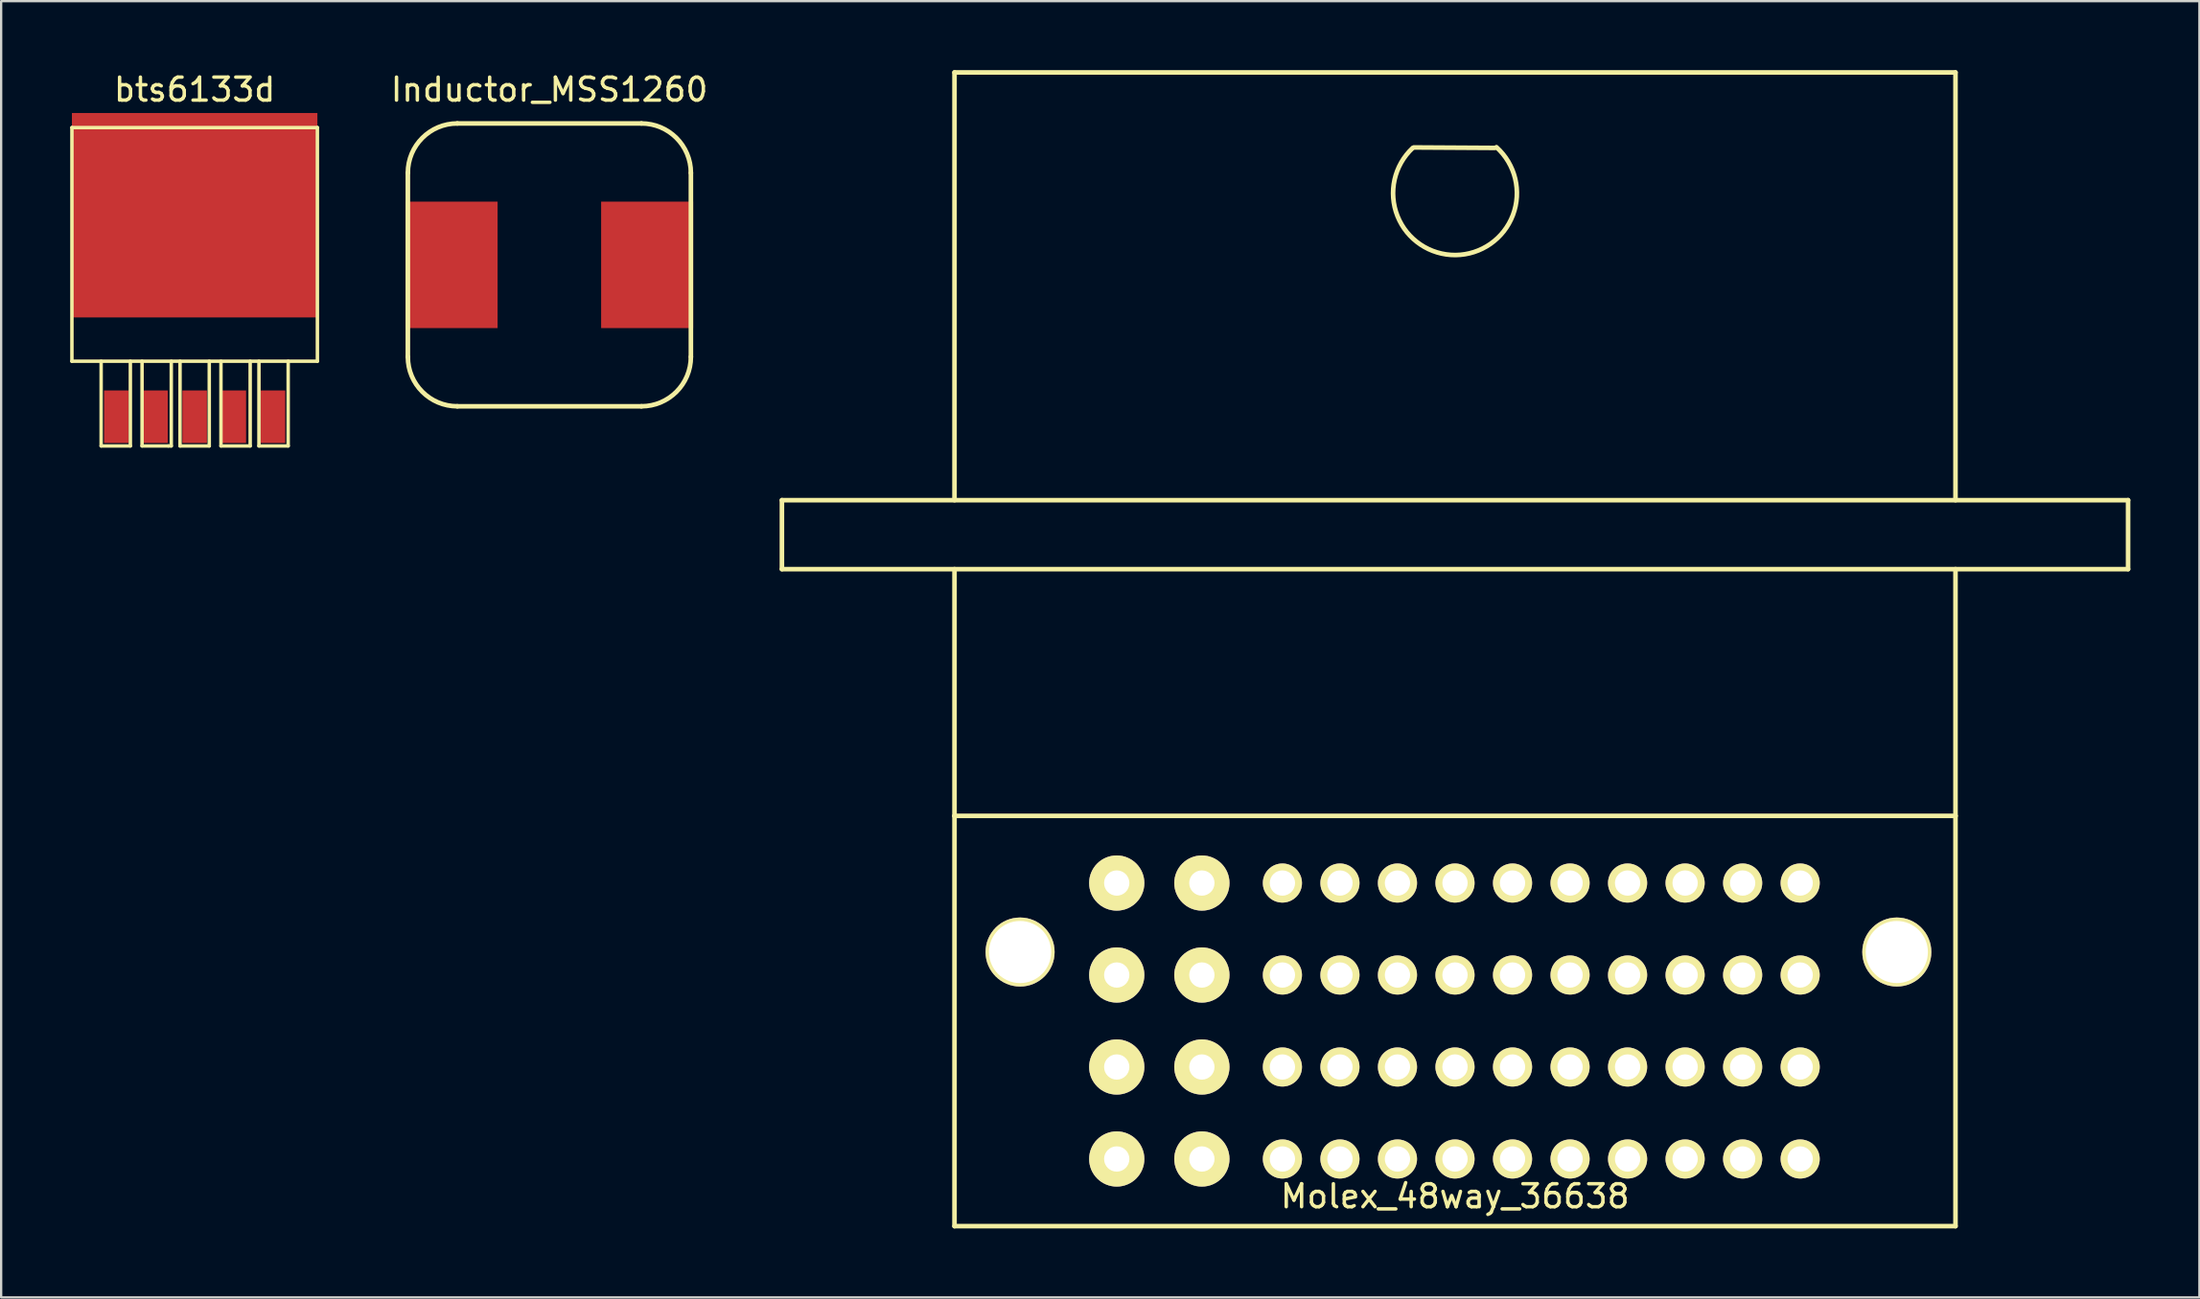
<source format=kicad_pcb>
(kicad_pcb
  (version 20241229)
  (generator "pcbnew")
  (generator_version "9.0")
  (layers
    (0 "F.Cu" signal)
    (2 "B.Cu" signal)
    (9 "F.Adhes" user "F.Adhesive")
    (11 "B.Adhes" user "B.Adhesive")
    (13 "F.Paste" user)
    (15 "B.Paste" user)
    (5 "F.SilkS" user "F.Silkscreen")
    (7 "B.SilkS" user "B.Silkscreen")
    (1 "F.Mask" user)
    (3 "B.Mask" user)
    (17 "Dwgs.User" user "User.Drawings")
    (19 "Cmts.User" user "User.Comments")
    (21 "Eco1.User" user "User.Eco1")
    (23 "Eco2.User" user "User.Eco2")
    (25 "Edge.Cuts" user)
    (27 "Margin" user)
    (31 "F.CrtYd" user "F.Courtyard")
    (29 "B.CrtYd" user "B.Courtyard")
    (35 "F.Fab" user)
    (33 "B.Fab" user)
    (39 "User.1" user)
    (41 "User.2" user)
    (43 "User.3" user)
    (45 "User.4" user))
  (footprint "Molex_48way_36638"
    (layer "F.Cu")
    (at 60.18 41.35)
    (property "Reference" "Molex_48way_36638" (at 0 7.62 0) (layer "F.SilkS") (effects (font (size 1 1) (thickness 0.15))))
    (attr through_hole)
    (fp_line (start -29.25 -22.65) (end -29.25 -19.65) (stroke (width 0.2) (type solid)) (layer "F.SilkS"))
    (fp_line (start -29.25 -22.65) (end 29.25 -22.65) (stroke (width 0.2) (type solid)) (layer "F.SilkS"))
    (fp_line (start -21.75 -41.25) (end 21.75 -41.25) (stroke (width 0.2) (type solid)) (layer "F.SilkS"))
    (fp_line (start -21.75 -22.65) (end -21.75 -41.25) (stroke (width 0.2) (type solid)) (layer "F.SilkS"))
    (fp_line (start -21.75 -8.92) (end -21.75 -19.65) (stroke (width 0.2) (type solid)) (layer "F.SilkS"))
    (fp_line (start -21.75 -8.92) (end -21.75 8.92) (stroke (width 0.2) (type solid)) (layer "F.SilkS"))
    (fp_line (start -21.75 8.92) (end 21.75 8.92) (stroke (width 0.2) (type solid)) (layer "F.SilkS"))
    (fp_line (start 1.727 -37.968) (end -1.793 -37.988) (stroke (width 0.2) (type solid)) (layer "F.SilkS"))
    (fp_line (start 21.75 -41.25) (end 21.75 -22.65) (stroke (width 0.2) (type solid)) (layer "F.SilkS"))
    (fp_line (start 21.75 -8.92) (end -21.75 -8.92) (stroke (width 0.2) (type solid)) (layer "F.SilkS"))
    (fp_line (start 21.75 -8.92) (end 21.75 -19.65) (stroke (width 0.2) (type solid)) (layer "F.SilkS"))
    (fp_line (start 21.75 8.92) (end 21.75 -8.92) (stroke (width 0.2) (type solid)) (layer "F.SilkS"))
    (fp_line (start 29.25 -22.65) (end 29.25 -19.65) (stroke (width 0.2) (type solid)) (layer "F.SilkS"))
    (fp_line (start 29.25 -19.65) (end -29.25 -19.65) (stroke (width 0.2) (type solid)) (layer "F.SilkS"))
    (fp_arc (start 1.8 -38) (mid 0.024081 -33.309383) (end -1.835509 -37.967462) (stroke (width 0.2) (type solid)) (layer "F.SilkS"))
    (pad "" thru_hole circle (at -18.9 -3) (size 3 3) (drill 2.7) (layers "*.Cu" "*.Mask" "F.SilkS"))
    (pad "" thru_hole circle (at 19.2 -3) (size 3 3) (drill 2.7) (layers "*.Cu" "*.Mask" "F.SilkS"))
    (pad "A1" thru_hole circle (at 15 6) (size 1.7 1.7) (drill 1.1) (layers "*.Cu" "*.Mask" "F.SilkS"))
    (pad "A2" thru_hole circle (at 15 2) (size 1.7 1.7) (drill 1.1) (layers "*.Cu" "*.Mask" "F.SilkS"))
    (pad "A3" thru_hole circle (at 15 -2) (size 1.7 1.7) (drill 1.1) (layers "*.Cu" "*.Mask" "F.SilkS"))
    (pad "A4" thru_hole circle (at 15 -6) (size 1.7 1.7) (drill 1.1) (layers "*.Cu" "*.Mask" "F.SilkS"))
    (pad "B1" thru_hole circle (at 12.5 6) (size 1.7 1.7) (drill 1.1) (layers "*.Cu" "*.Mask" "F.SilkS"))
    (pad "B2" thru_hole circle (at 12.5 2) (size 1.7 1.7) (drill 1.1) (layers "*.Cu" "*.Mask" "F.SilkS"))
    (pad "B3" thru_hole circle (at 12.5 -2) (size 1.7 1.7) (drill 1.1) (layers "*.Cu" "*.Mask" "F.SilkS"))
    (pad "B4" thru_hole circle (at 12.5 -6) (size 1.7 1.7) (drill 1.1) (layers "*.Cu" "*.Mask" "F.SilkS"))
    (pad "C1" thru_hole circle (at 10 6) (size 1.7 1.7) (drill 1.1) (layers "*.Cu" "*.Mask" "F.SilkS"))
    (pad "C2" thru_hole circle (at 10 2) (size 1.7 1.7) (drill 1.1) (layers "*.Cu" "*.Mask" "F.SilkS"))
    (pad "C3" thru_hole circle (at 10 -2) (size 1.7 1.7) (drill 1.1) (layers "*.Cu" "*.Mask" "F.SilkS"))
    (pad "C4" thru_hole circle (at 10 -6) (size 1.7 1.7) (drill 1.1) (layers "*.Cu" "*.Mask" "F.SilkS"))
    (pad "D1" thru_hole circle (at 7.5 6) (size 1.7 1.7) (drill 1.1) (layers "*.Cu" "*.Mask" "F.SilkS"))
    (pad "D2" thru_hole circle (at 7.5 2) (size 1.7 1.7) (drill 1.1) (layers "*.Cu" "*.Mask" "F.SilkS"))
    (pad "D3" thru_hole circle (at 7.5 -2) (size 1.7 1.7) (drill 1.1) (layers "*.Cu" "*.Mask" "F.SilkS"))
    (pad "D4" thru_hole circle (at 7.5 -6) (size 1.7 1.7) (drill 1.1) (layers "*.Cu" "*.Mask" "F.SilkS"))
    (pad "E1" thru_hole circle (at 5 6) (size 1.7 1.7) (drill 1.1) (layers "*.Cu" "*.Mask" "F.SilkS"))
    (pad "E2" thru_hole circle (at 5 2) (size 1.7 1.7) (drill 1.1) (layers "*.Cu" "*.Mask" "F.SilkS"))
    (pad "E3" thru_hole circle (at 5 -2) (size 1.7 1.7) (drill 1.1) (layers "*.Cu" "*.Mask" "F.SilkS"))
    (pad "E4" thru_hole circle (at 5 -6) (size 1.7 1.7) (drill 1.1) (layers "*.Cu" "*.Mask" "F.SilkS"))
    (pad "F1" thru_hole circle (at 2.5 6) (size 1.7 1.7) (drill 1.1) (layers "*.Cu" "*.Mask" "F.SilkS"))
    (pad "F2" thru_hole circle (at 2.5 2) (size 1.7 1.7) (drill 1.1) (layers "*.Cu" "*.Mask" "F.SilkS"))
    (pad "F3" thru_hole circle (at 2.5 -2) (size 1.7 1.7) (drill 1.1) (layers "*.Cu" "*.Mask" "F.SilkS"))
    (pad "F4" thru_hole circle (at 2.5 -6) (size 1.7 1.7) (drill 1.1) (layers "*.Cu" "*.Mask" "F.SilkS"))
    (pad "G1" thru_hole circle (at 0 6) (size 1.7 1.7) (drill 1.1) (layers "*.Cu" "*.Mask" "F.SilkS"))
    (pad "G2" thru_hole circle (at 0 2) (size 1.7 1.7) (drill 1.1) (layers "*.Cu" "*.Mask" "F.SilkS"))
    (pad "G3" thru_hole circle (at 0 -2) (size 1.7 1.7) (drill 1.1) (layers "*.Cu" "*.Mask" "F.SilkS"))
    (pad "G4" thru_hole circle (at 0 -6) (size 1.7 1.7) (drill 1.1) (layers "*.Cu" "*.Mask" "F.SilkS"))
    (pad "H1" thru_hole circle (at -2.5 6) (size 1.7 1.7) (drill 1.1) (layers "*.Cu" "*.Mask" "F.SilkS"))
    (pad "H2" thru_hole circle (at -2.5 2) (size 1.7 1.7) (drill 1.1) (layers "*.Cu" "*.Mask" "F.SilkS"))
    (pad "H3" thru_hole circle (at -2.5 -2) (size 1.7 1.7) (drill 1.1) (layers "*.Cu" "*.Mask" "F.SilkS"))
    (pad "H4" thru_hole circle (at -2.5 -6) (size 1.7 1.7) (drill 1.1) (layers "*.Cu" "*.Mask" "F.SilkS"))
    (pad "J1" thru_hole circle (at -5 6) (size 1.7 1.7) (drill 1.1) (layers "*.Cu" "*.Mask" "F.SilkS"))
    (pad "J2" thru_hole circle (at -5 2) (size 1.7 1.7) (drill 1.1) (layers "*.Cu" "*.Mask" "F.SilkS"))
    (pad "J3" thru_hole circle (at -5 -2) (size 1.7 1.7) (drill 1.1) (layers "*.Cu" "*.Mask" "F.SilkS"))
    (pad "J4" thru_hole circle (at -5 -6) (size 1.7 1.7) (drill 1.1) (layers "*.Cu" "*.Mask" "F.SilkS"))
    (pad "K1" thru_hole circle (at -7.5 6) (size 1.7 1.7) (drill 1.1) (layers "*.Cu" "*.Mask" "F.SilkS"))
    (pad "K2" thru_hole circle (at -7.5 2) (size 1.7 1.7) (drill 1.1) (layers "*.Cu" "*.Mask" "F.SilkS"))
    (pad "K3" thru_hole circle (at -7.5 -2) (size 1.7 1.7) (drill 1.1) (layers "*.Cu" "*.Mask" "F.SilkS"))
    (pad "K4" thru_hole circle (at -7.5 -6) (size 1.7 1.7) (drill 1.1) (layers "*.Cu" "*.Mask" "F.SilkS"))
    (pad "L1" thru_hole circle (at -11 6) (size 2.4 2.4) (drill 1.1) (layers "*.Cu" "*.Mask" "F.SilkS"))
    (pad "L2" thru_hole circle (at -11 2) (size 2.4 2.4) (drill 1.1) (layers "*.Cu" "*.Mask" "F.SilkS"))
    (pad "L3" thru_hole circle (at -11 -2) (size 2.4 2.4) (drill 1.1) (layers "*.Cu" "*.Mask" "F.SilkS"))
    (pad "L4" thru_hole circle (at -11 -6) (size 2.4 2.4) (drill 1.1) (layers "*.Cu" "*.Mask" "F.SilkS"))
    (pad "M1" thru_hole circle (at -14.7 6) (size 2.4 2.4) (drill 1.1) (layers "*.Cu" "*.Mask" "F.SilkS"))
    (pad "M2" thru_hole circle (at -14.7 2) (size 2.4 2.4) (drill 1.1) (layers "*.Cu" "*.Mask" "F.SilkS"))
    (pad "M3" thru_hole circle (at -14.7 -2) (size 2.4 2.4) (drill 1.1) (layers "*.Cu" "*.Mask" "F.SilkS"))
    (pad "M4" thru_hole circle (at -14.7 -6) (size 2.4 2.4) (drill 1.1) (layers "*.Cu" "*.Mask" "F.SilkS")))
  (footprint "Inductor_MSS1260"
    (layer "F.Cu")
    (at 20.824 8.468)
    (property "Reference" "Inductor_MSS1260" (at 0 -7.62 180) (layer "F.SilkS") (effects (font (size 1 1) (thickness 0.15))))
    (attr through_hole)
    (fp_line (start -6.15 -4) (end -6.15 4) (stroke (width 0.2) (type solid)) (layer "F.SilkS"))
    (fp_line (start -4 -6.15) (end 4 -6.15) (stroke (width 0.2) (type solid)) (layer "F.SilkS"))
    (fp_line (start 4 6.15) (end -4 6.15) (stroke (width 0.2) (type solid)) (layer "F.SilkS"))
    (fp_line (start 6.15 -4) (end 6.15 4) (stroke (width 0.2) (type solid)) (layer "F.SilkS"))
    (fp_arc (start -6.15 -4) (mid -5.52028 -5.52028) (end -4 -6.15) (stroke (width 0.2) (type solid)) (layer "F.SilkS"))
    (fp_arc (start -4 6.15) (mid -5.52028 5.52028) (end -6.15 4) (stroke (width 0.2) (type solid)) (layer "F.SilkS"))
    (fp_arc (start 4 -6.15) (mid 5.52028 -5.52028) (end 6.15 -4) (stroke (width 0.2) (type solid)) (layer "F.SilkS"))
    (fp_arc (start 6.15 4) (mid 5.52028 5.52028) (end 4 6.15) (stroke (width 0.2) (type solid)) (layer "F.SilkS"))
    (pad "1" smd rect (at 4.25 0) (size 4 5.5) (layers "F.Cu" "F.Mask" "F.Paste"))
    (pad "2" smd rect (at -4.25 0) (size 4 5.5) (layers "F.Cu" "F.Mask" "F.Paste")))
  (footprint "bts6133d"
    (layer "F.Cu")
    (at 5.409 15.072)
    (property "Reference" "bts6133d" (at 0 -14.224 0) (layer "F.SilkS") (effects (font (size 1 1) (thickness 0.15))))
    (attr through_hole)
    (fp_line (start -5.334 -12.573) (end -5.334 -2.413) (stroke (width 0.15) (type solid)) (layer "F.SilkS"))
    (fp_line (start -5.334 -2.413) (end 5.334 -2.413) (stroke (width 0.15) (type solid)) (layer "F.SilkS"))
    (fp_line (start -4.064 -2.413) (end -4.064 1.27) (stroke (width 0.15) (type solid)) (layer "F.SilkS"))
    (fp_line (start -4.064 1.27) (end -2.794 1.27) (stroke (width 0.15) (type solid)) (layer "F.SilkS"))
    (fp_line (start -2.794 1.27) (end -2.794 -2.413) (stroke (width 0.15) (type solid)) (layer "F.SilkS"))
    (fp_line (start -2.286 -2.413) (end -2.286 1.27) (stroke (width 0.15) (type solid)) (layer "F.SilkS"))
    (fp_line (start -2.286 1.27) (end -1.143 1.27) (stroke (width 0.15) (type solid)) (layer "F.SilkS"))
    (fp_line (start -1.143 1.27) (end -1.016 1.27) (stroke (width 0.15) (type solid)) (layer "F.SilkS"))
    (fp_line (start -1.016 1.27) (end -1.016 -2.413) (stroke (width 0.15) (type solid)) (layer "F.SilkS"))
    (fp_line (start -0.635 -2.413) (end -0.635 1.27) (stroke (width 0.15) (type solid)) (layer "F.SilkS"))
    (fp_line (start -0.635 1.27) (end 0.635 1.27) (stroke (width 0.15) (type solid)) (layer "F.SilkS"))
    (fp_line (start 0.635 1.27) (end 0.635 -2.413) (stroke (width 0.15) (type solid)) (layer "F.SilkS"))
    (fp_line (start 1.143 -2.413) (end 1.143 1.27) (stroke (width 0.15) (type solid)) (layer "F.SilkS"))
    (fp_line (start 1.143 1.27) (end 2.413 1.27) (stroke (width 0.15) (type solid)) (layer "F.SilkS"))
    (fp_line (start 2.413 1.27) (end 2.413 -2.413) (stroke (width 0.15) (type solid)) (layer "F.SilkS"))
    (fp_line (start 2.794 -2.413) (end 2.794 1.27) (stroke (width 0.15) (type solid)) (layer "F.SilkS"))
    (fp_line (start 2.794 1.27) (end 4.064 1.27) (stroke (width 0.15) (type solid)) (layer "F.SilkS"))
    (fp_line (start 4.064 1.27) (end 4.064 -2.413) (stroke (width 0.15) (type solid)) (layer "F.SilkS"))
    (fp_line (start 5.334 -12.573) (end -5.334 -12.573) (stroke (width 0.15) (type solid)) (layer "F.SilkS"))
    (fp_line (start 5.334 -2.413) (end 5.334 -12.573) (stroke (width 0.15) (type solid)) (layer "F.SilkS"))
    (pad "1" smd rect (at -3.404 0) (size 1.067 2.286) (layers "F.Cu" "F.Mask" "F.Paste"))
    (pad "2" smd rect (at -1.702 0) (size 1.067 2.286) (layers "F.Cu" "F.Mask" "F.Paste"))
    (pad "3" smd rect (at 0 0) (size 1.067 2.286) (layers "F.Cu" "F.Mask" "F.Paste"))
    (pad "4" smd rect (at 1.702 0) (size 1.067 2.286) (layers "F.Cu" "F.Mask" "F.Paste"))
    (pad "5" smd rect (at 3.404 0) (size 1.067 2.286) (layers "F.Cu" "F.Mask" "F.Paste"))
    (pad "tab" smd rect (at 0 -8.763) (size 10.668 8.89) (layers "F.Cu" "F.Mask" "F.Paste")))
  (gr_rect
    (start -3 -3)
    (end 92.53 53.37)
    (stroke (width 0.1) (type default))
    (fill no)
    (layer "Edge.Cuts")))
</source>
